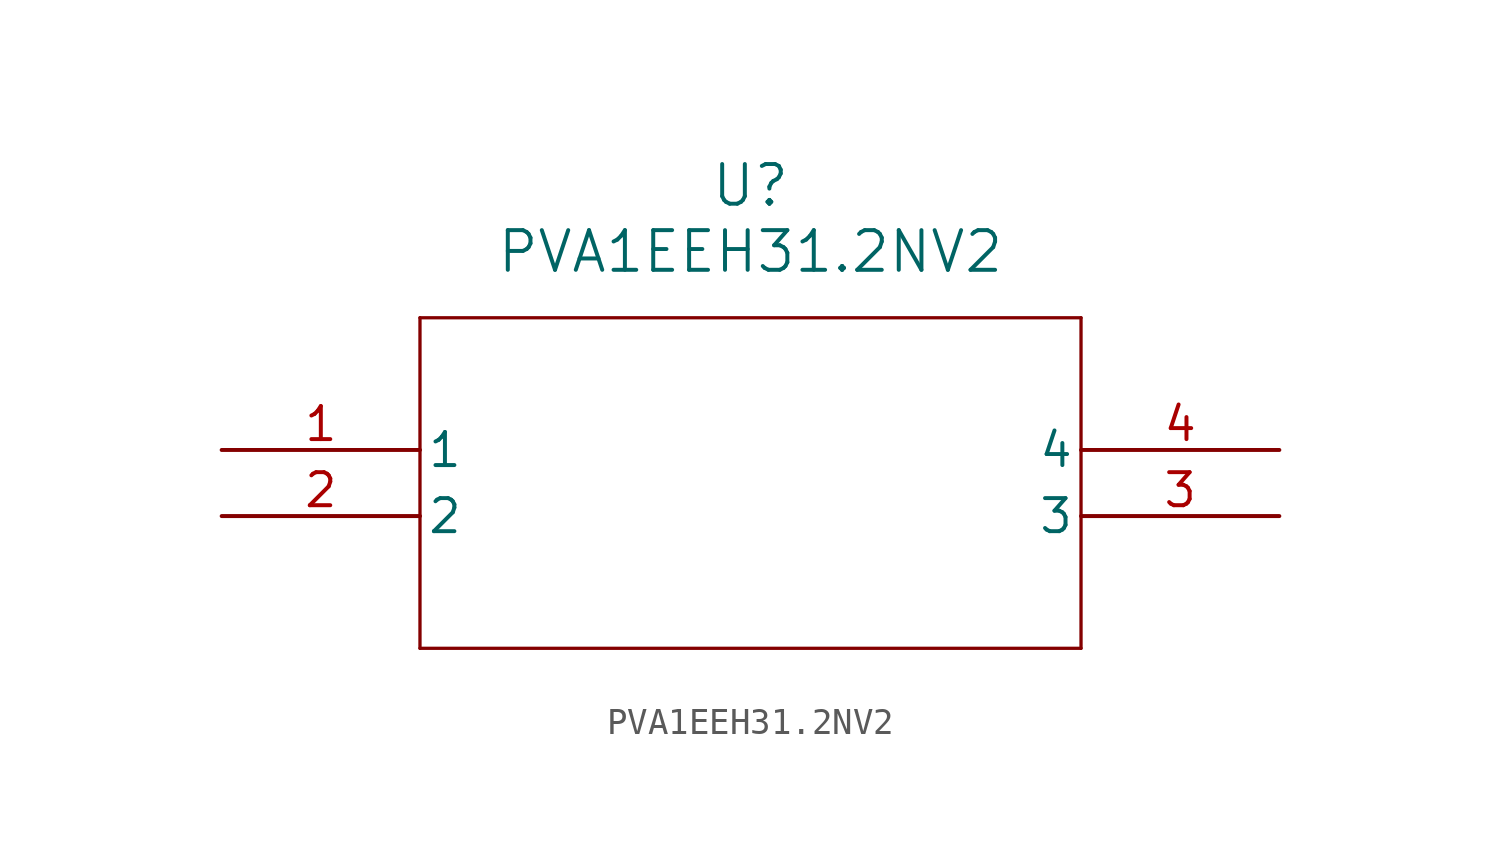
<source format=kicad_sym>
(kicad_symbol_lib
  (version 20211014)
  (generator kicad_symbol_editor)
  (symbol "PVA1EEH31.2NV2"
    (pin_names
      (offset 0.254))
    (property "Reference" "U"
      (at 20.32 10.16 0)
      (effects (font (size 1.524 1.524))))
    (property "Value" "PVA1EEH31.2NV2"
      (at 20.32 7.62 0)
      (effects (font (size 1.524 1.524))))
    (symbol "PVA1EEH31.2NV2_0_1"
      (polyline (pts (xy 7.62 5.08) (xy 7.62 -7.62)) (stroke (width 0.127) (type default) (color 0 0 0 0)) (fill (type none)))
      (polyline (pts (xy 7.62 -7.62) (xy 33.02 -7.62)) (stroke (width 0.127) (type default) (color 0 0 0 0)) (fill (type none)))
      (polyline (pts (xy 33.02 -7.62) (xy 33.02 5.08)) (stroke (width 0.127) (type default) (color 0 0 0 0)) (fill (type none)))
      (polyline (pts (xy 33.02 5.08) (xy 7.62 5.08)) (stroke (width 0.127) (type default) (color 0 0 0 0)) (fill (type none)))
      (pin unspecified line (at 0 0 0) (length 7.62) (name "1" (effects (font (size 1.27 1.27)))) (number "1" (effects (font (size 1.27 1.27)))))
      (pin unspecified line (at 0 -2.54 0) (length 7.62) (name "2" (effects (font (size 1.27 1.27)))) (number "2" (effects (font (size 1.27 1.27)))))
      (pin unspecified line (at 40.64 -2.54 180) (length 7.62) (name "3" (effects (font (size 1.27 1.27)))) (number "3" (effects (font (size 1.27 1.27)))))
      (pin unspecified line (at 40.64 0 180) (length 7.62) (name "4" (effects (font (size 1.27 1.27)))) (number "4" (effects (font (size 1.27 1.27))))))))
</source>
